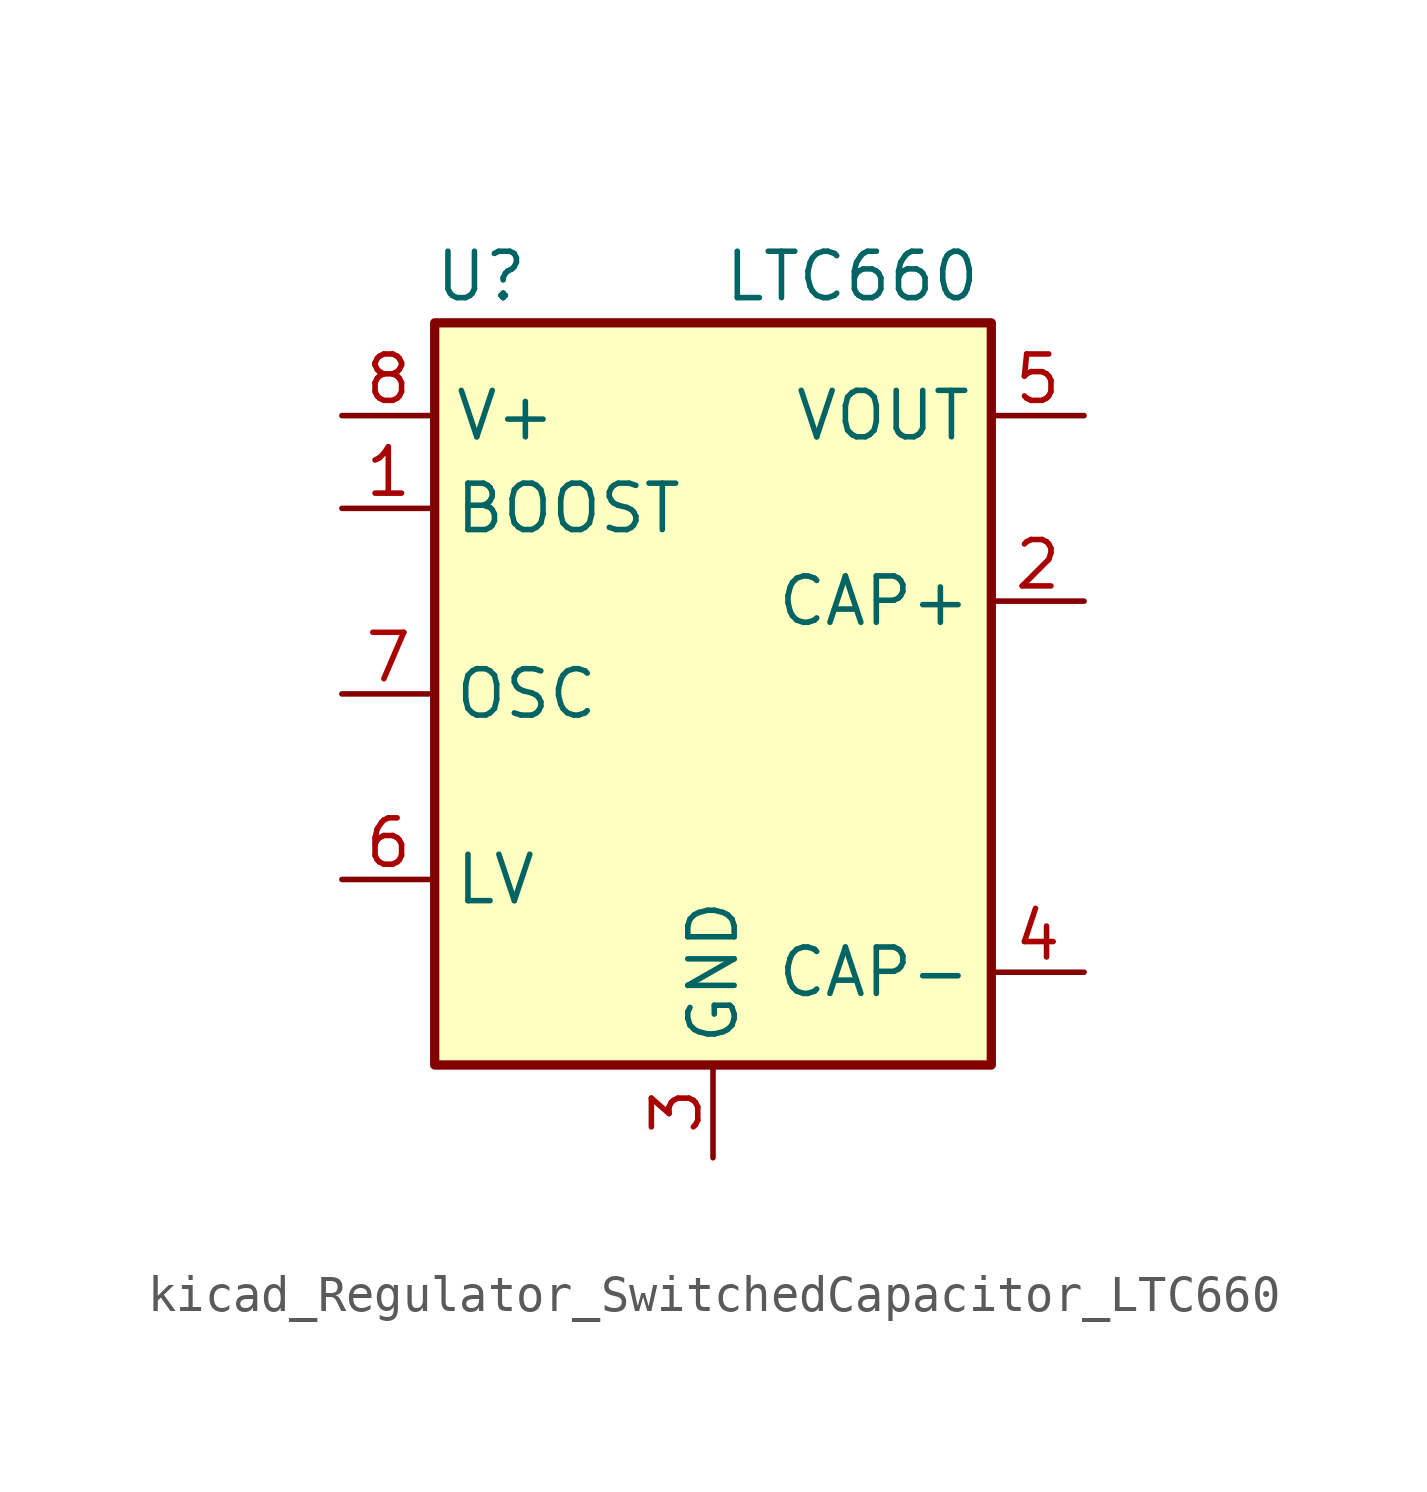
<source format=kicad_sym>
(kicad_symbol_lib
  (version 20220914)
  (generator kicad_symbol_editor)
  (symbol "kicad_Regulator_SwitchedCapacitor_LTC660"
    (property "Reference" "U"
      (at -6.35 11.43 0)
      (effects (font (size 1.27 1.27))))
    (property "Value" "LTC660"
      (at 3.81 11.43 0)
      (effects (font (size 1.27 1.27))))
    (symbol "kicad_Regulator_SwitchedCapacitor_LTC660_0_1"
      (rectangle (start -7.62 10.16) (end 7.62 -10.16) (stroke (width 0.254) (type default)) (fill (type background))))
    (symbol "kicad_Regulator_SwitchedCapacitor_LTC660_1_1"
      (pin input line (at -10.16 5.08 0) (length 2.54) (name "BOOST" (effects (font (size 1.27 1.27)))) (number "1" (effects (font (size 1.27 1.27)))))
      (pin input line (at 10.16 2.54 180) (length 2.54) (name "CAP+" (effects (font (size 1.27 1.27)))) (number "2" (effects (font (size 1.27 1.27)))))
      (pin power_in line (at 0 -12.7 90) (length 2.54) (name "GND" (effects (font (size 1.27 1.27)))) (number "3" (effects (font (size 1.27 1.27)))))
      (pin input line (at 10.16 -7.62 180) (length 2.54) (name "CAP-" (effects (font (size 1.27 1.27)))) (number "4" (effects (font (size 1.27 1.27)))))
      (pin power_out line (at 10.16 7.62 180) (length 2.54) (name "VOUT" (effects (font (size 1.27 1.27)))) (number "5" (effects (font (size 1.27 1.27)))))
      (pin input line (at -10.16 -5.08 0) (length 2.54) (name "LV" (effects (font (size 1.27 1.27)))) (number "6" (effects (font (size 1.27 1.27)))))
      (pin input line (at -10.16 0 0) (length 2.54) (name "OSC" (effects (font (size 1.27 1.27)))) (number "7" (effects (font (size 1.27 1.27)))))
      (pin power_in line (at -10.16 7.62 0) (length 2.54) (name "V+" (effects (font (size 1.27 1.27)))) (number "8" (effects (font (size 1.27 1.27))))))))
</source>
